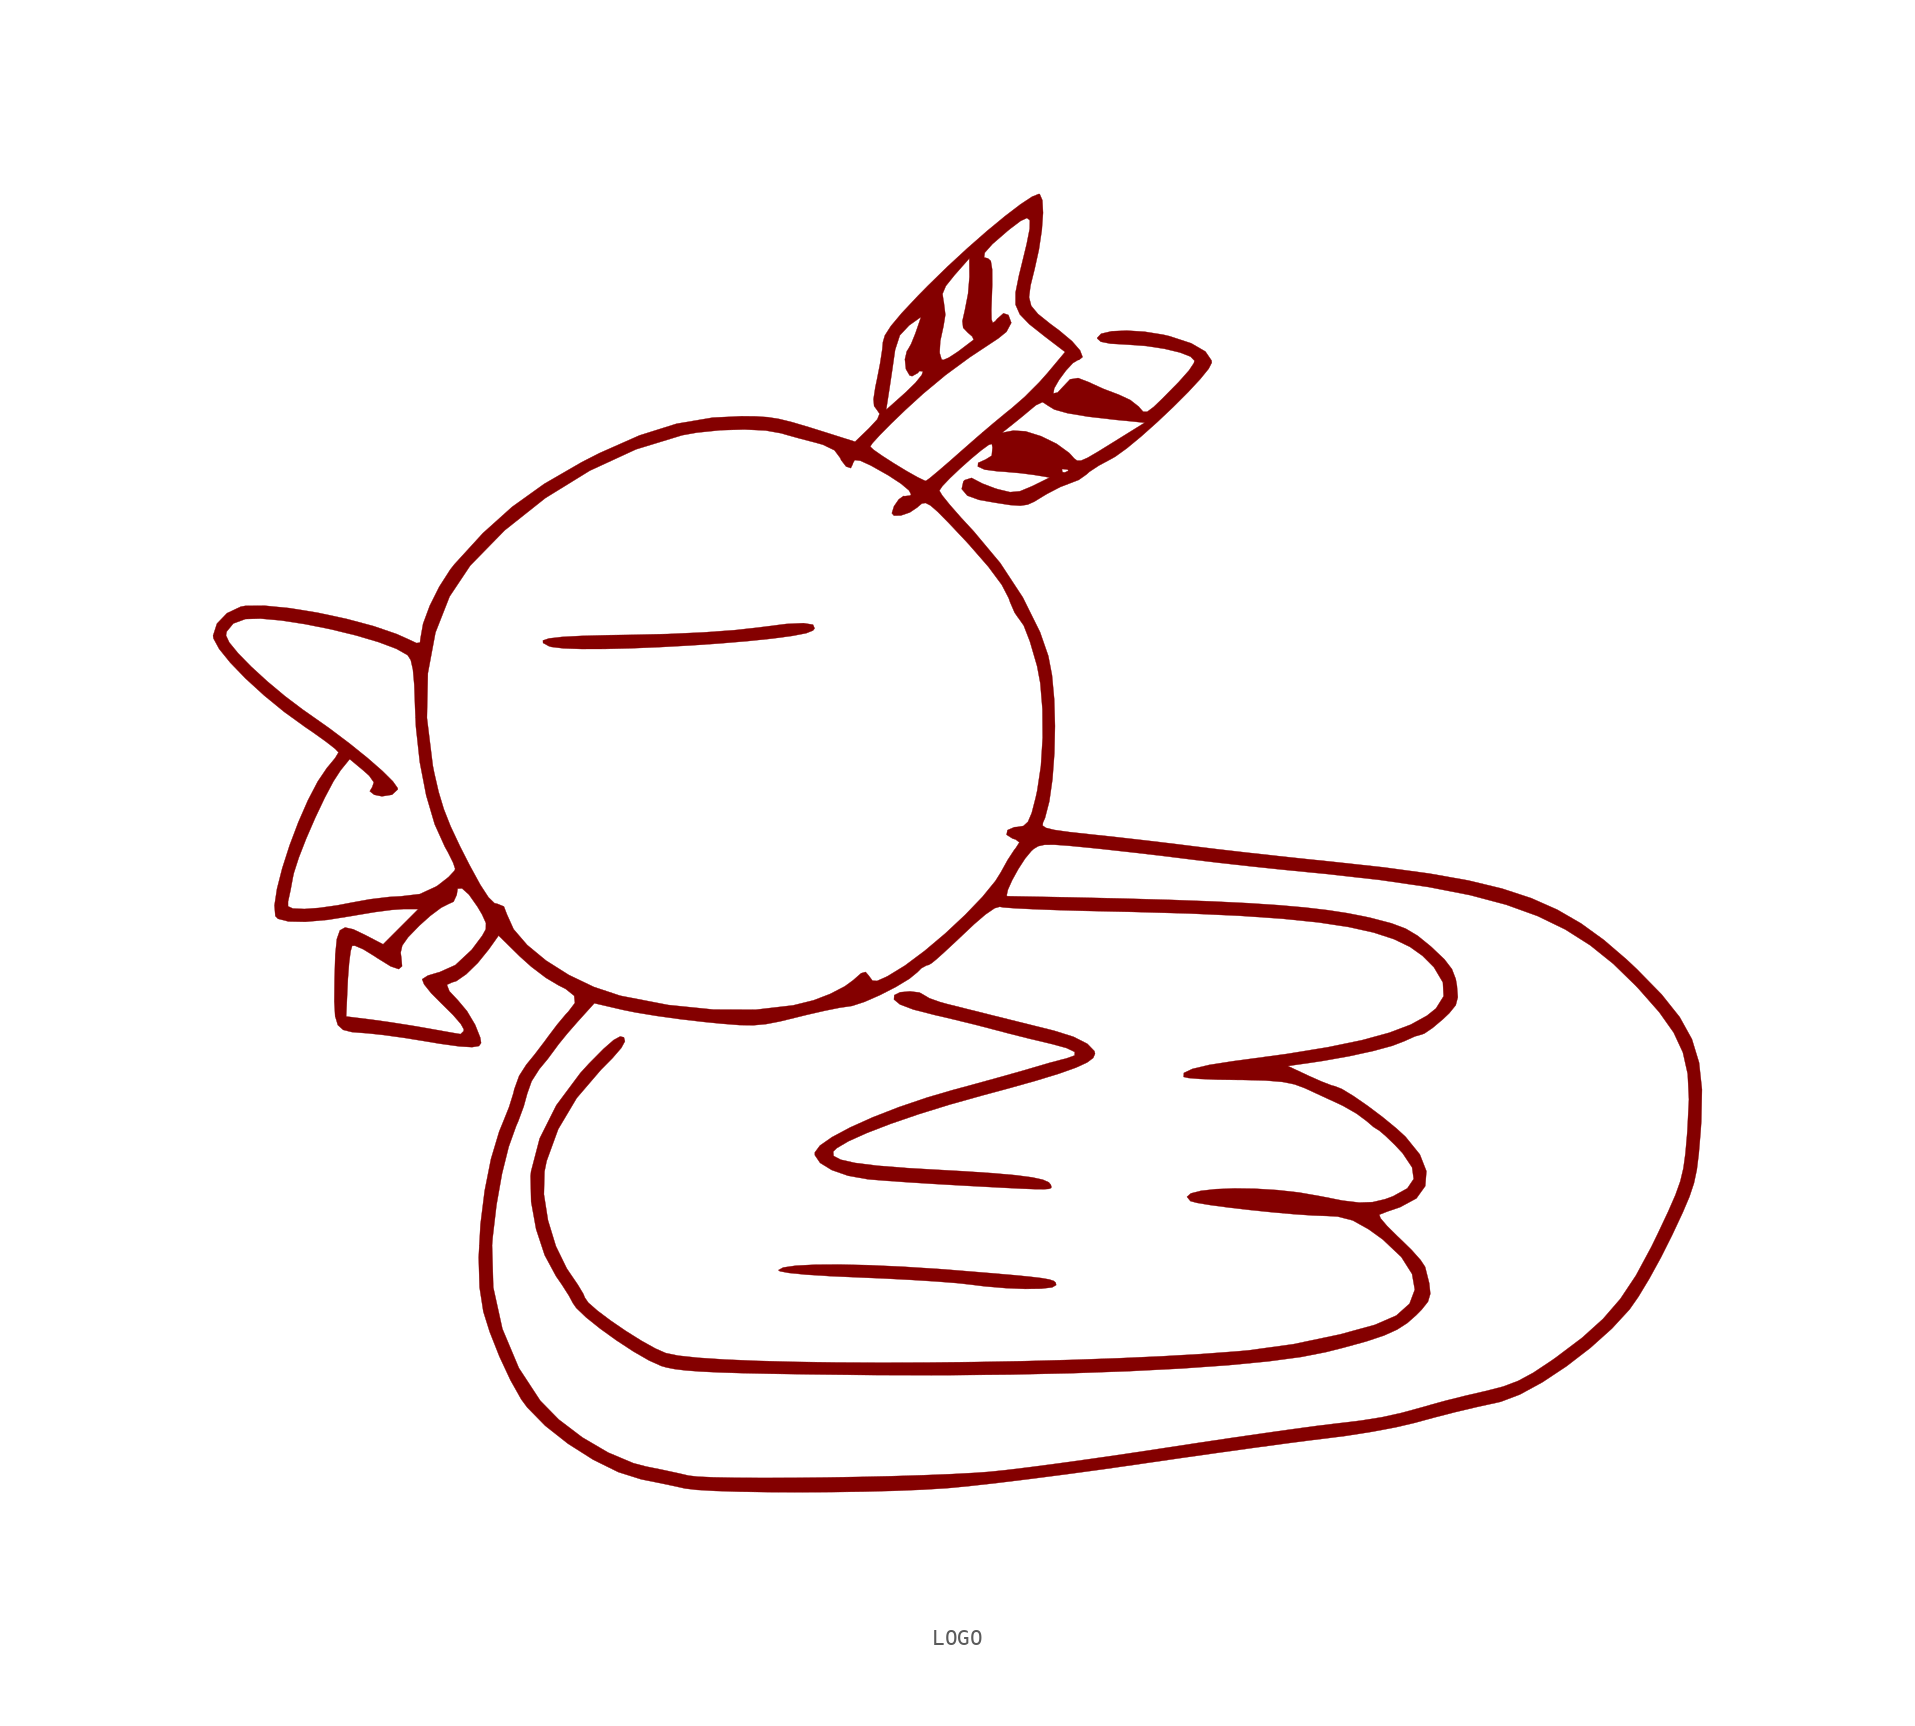
<source format=kicad_sym>
(kicad_symbol_lib
  (version 20210619)
  (generator bitmap2component)
  (symbol "LOGO"
    (pin_names
      (offset 1.016))
    (property "Reference" "#G"
      (at 0 46.652 0)
      (effects (font (size 1.27 1.27)) hide))
    (symbol "LOGO_0_0"
      (polyline (pts (xy -7.266 -35.626) (xy -5.245 -35.596) (xy -3.323 -35.546) (xy -1.59 -35.476) (xy -0.135 -35.387) (xy 0.047 -35.373) (xy 1.389 -35.243) (xy 3.136 -35.047) (xy 5.183 -34.797) (xy 7.418 -34.508) (xy 9.735 -34.193) (xy 12.024 -33.865) (xy 12.499 -33.795) (xy 14.766 -33.467) (xy 17.011 -33.149) (xy 19.132 -32.855) (xy 21.026 -32.598) (xy 22.59 -32.395) (xy 23.723 -32.257) (xy 24.923 -32.103) (xy 26.515 -31.852) (xy 27.986 -31.575) (xy 29.127 -31.308) (xy 30.402 -30.962) (xy 31.718 -30.623) (xy 32.973 -30.326) (xy 34.421 -30.008) (xy 34.546 -29.979) (xy 35.734 -29.53) (xy 37.141 -28.764) (xy 38.648 -27.766) (xy 40.138 -26.619) (xy 41.492 -25.406) (xy 42.591 -24.213) (xy 42.593 -24.211) (xy 43.147 -23.419) (xy 43.831 -22.284) (xy 44.559 -20.957) (xy 45.244 -19.59) (xy 45.302 -19.469) (xy 45.915 -18.158) (xy 46.339 -17.161) (xy 46.619 -16.32) (xy 46.798 -15.476) (xy 46.921 -14.469) (xy 47.031 -13.141) (xy 47.077 -12.476) (xy 47.118 -10.462) (xy 46.938 -8.784) (xy 46.491 -7.316) (xy 45.727 -5.937) (xy 44.599 -4.522) (xy 43.059 -2.948) (xy 42.403 -2.331) (xy 40.984 -1.113) (xy 39.564 -0.085) (xy 38.075 0.776) (xy 36.449 1.496) (xy 34.619 2.096) (xy 32.518 2.602) (xy 30.078 3.035) (xy 27.232 3.421) (xy 23.914 3.783) (xy 22.611 3.916) (xy 20.608 4.129) (xy 18.624 4.349) (xy 16.831 4.556) (xy 15.402 4.731) (xy 14.286 4.871) (xy 12.406 5.096) (xy 10.507 5.312) (xy 8.868 5.487) (xy 7.556 5.63) (xy 6.645 5.76) (xy 6.122 5.887) (xy 5.91 6.033) (xy 5.932 6.215) (xy 6.061 6.506) (xy 6.33 7.543) (xy 6.527 8.933) (xy 6.646 10.547) (xy 6.683 12.254) (xy 6.636 13.924) (xy 6.498 15.427) (xy 6.267 16.634) (xy 5.751 18.122) (xy 4.676 20.289) (xy 3.265 22.438) (xy 1.605 24.423) (xy 0.819 25.272) (xy 0.114 26.076) (xy -0.364 26.669) (xy -0.54 26.963) (xy -0.54 26.968) (xy -0.352 27.246) (xy 0.113 27.734) (xy 0.745 28.334) (xy 1.433 28.948) (xy 2.068 29.476) (xy 2.539 29.821) (xy 2.736 29.885) (xy 2.777 29.656) (xy 2.73 29.149) (xy 2.353 28.913) (xy 1.881 28.702) (xy 1.861 28.471) (xy 2.276 28.282) (xy 7.116 28.282) (xy 7.155 28.315) (xy 7.476 28.282) (xy 7.518 28.201) (xy 7.296 28.102) (xy 7.153 28.122) (xy 7.116 28.282) (xy 2.276 28.282) (xy 2.285 28.278) (xy 3.107 28.169) (xy 3.489 28.146) (xy 4.539 28.054) (xy 5.403 27.942) (xy 6.348 27.783) (xy 5.268 27.251) (xy 5.254 27.244) (xy 4.491 26.925) (xy 3.876 26.871) (xy 3.107 27.055) (xy 2.887 27.126) (xy 2.148 27.408) (xy 1.677 27.653) (xy 1.471 27.761) (xy 1.034 27.622) (xy 0.957 27.536) (xy 0.853 27.067) (xy 1.204 26.652) (xy 1.938 26.386) (xy 2.962 26.206) (xy 3.893 26.062) (xy 4.521 26.022) (xy 4.977 26.09) (xy 5.389 26.274) (xy 5.887 26.58) (xy 6.196 26.765) (xy 7.017 27.192) (xy 7.668 27.442) (xy 8.17 27.634) (xy 8.658 27.98) (xy 8.831 28.137) (xy 9.427 28.53) (xy 10.21 28.95) (xy 10.46 29.092) (xy 11.176 29.609) (xy 12.074 30.351) (xy 13.066 31.237) (xy 14.069 32.184) (xy 14.998 33.112) (xy 15.766 33.939) (xy 16.29 34.583) (xy 16.483 34.962) (xy 16.469 35.097) (xy 16.084 35.66) (xy 15.198 36.174) (xy 13.842 36.619) (xy 13.444 36.712) (xy 12.281 36.898) (xy 11.167 36.967) (xy 10.223 36.925) (xy 9.567 36.772) (xy 9.322 36.513) (xy 9.327 36.468) (xy 9.546 36.27) (xy 10.149 36.149) (xy 11.214 36.088) (xy 11.224 36.088) (xy 12.4 36.001) (xy 13.528 35.828) (xy 14.487 35.598) (xy 15.153 35.34) (xy 15.402 35.085) (xy 15.364 34.937) (xy 15.056 34.475) (xy 14.409 33.747) (xy 13.387 32.71) (xy 12.848 32.193) (xy 12.448 31.895) (xy 12.195 31.898) (xy 11.967 32.155) (xy 11.924 32.21) (xy 11.387 32.631) (xy 10.646 32.975) (xy 10.603 32.989) (xy 9.725 33.321) (xy 8.958 33.669) (xy 8.864 33.718) (xy 8.128 34.002) (xy 7.624 33.922) (xy 7.182 33.455) (xy 6.851 33.1) (xy 6.589 33.042) (xy 6.583 33.049) (xy 6.638 33.359) (xy 6.941 33.886) (xy 7.369 34.466) (xy 7.802 34.935) (xy 8.12 35.128) (xy 8.182 35.13) (xy 8.41 35.313) (xy 8.251 35.729) (xy 7.751 36.305) (xy 6.958 36.969) (xy 6.385 37.394) (xy 5.622 38.006) (xy 5.2 38.512) (xy 5.063 39.053) (xy 5.153 39.773) (xy 5.412 40.815) (xy 5.68 42.027) (xy 5.862 43.256) (xy 5.937 44.325) (xy 5.896 45.112) (xy 5.731 45.496) (xy 5.679 45.509) (xy 5.253 45.338) (xy 4.527 44.858) (xy 3.566 44.125) (xy 2.437 43.193) (xy 1.21 42.117) (xy -0.05 40.954) (xy -1.275 39.757) (xy -1.879 39.143) (xy -2.897 38.059) (xy -3.572 37.252) (xy -3.949 36.665) (xy -4.071 36.245) (xy -4.111 35.798) (xy -4.247 34.911) (xy -4.443 33.912) (xy -4.545 33.427) (xy -4.659 32.681) (xy -4.622 32.251) (xy -4.452 32.02) (xy -3.866 32.02) (xy -3.677 33.236) (xy -3.647 33.431) (xy -3.48 34.553) (xy -3.33 35.608) (xy -3.306 35.766) (xy -3.011 36.672) (xy -2.43 37.291) (xy -1.689 37.819) (xy -2.01 36.883) (xy -2.051 36.767) (xy -2.312 36.124) (xy -2.517 35.763) (xy -2.571 35.693) (xy -2.599 35.578) (xy -0.526 35.578) (xy -0.485 36.313) (xy -0.284 37.242) (xy -0.168 37.96) (xy -0.267 38.768) (xy -0.28 38.801) (xy -0.345 39.262) (xy -0.137 39.753) (xy 0.411 40.438) (xy 1.329 41.478) (xy 1.338 40.397) (xy 1.338 40.316) (xy 1.251 39.269) (xy 1.052 38.251) (xy 0.897 37.562) (xy 0.945 37.139) (xy 1.237 36.835) (xy 1.509 36.599) (xy 1.601 36.397) (xy 1.58 36.38) (xy 1.251 36.131) (xy 0.707 35.718) (xy 0.609 35.646) (xy 0.046 35.278) (xy -0.307 35.128) (xy -0.404 35.17) (xy -0.526 35.578) (xy -2.599 35.578) (xy -2.697 35.175) (xy -2.633 34.562) (xy -2.402 34.163) (xy -2.245 34.116) (xy -1.895 34.311) (xy -1.782 34.442) (xy -1.567 34.413) (xy -1.643 34.192) (xy -2.034 33.708) (xy -2.656 33.101) (xy -3.866 32.02) (xy -4.452 32.02) (xy -4.435 31.997) (xy -4.281 31.767) (xy -4.422 31.42) (xy -4.94 30.863) (xy -5.81 30.023) (xy -7.566 30.58) (xy -8.603 30.905) (xy -9.712 31.235) (xy -10.553 31.443) (xy -11.27 31.557) (xy -12.006 31.605) (xy -12.904 31.615) (xy -14.712 31.529) (xy -16.972 31.145) (xy -19.282 30.418) (xy -21.788 29.309) (xy -22.891 28.746) (xy -25.237 27.389) (xy -27.249 25.947) (xy -29.072 24.308) (xy -30.849 22.364) (xy -31.109 22.034) (xy -31.799 20.959) (xy -32.393 19.77) (xy -32.809 18.646) (xy -32.966 17.763) (xy -33.003 17.471) (xy -33.216 17.437) (xy -33.751 17.686) (xy -34.471 18.008) (xy -35.909 18.5) (xy -37.604 18.953) (xy -39.404 19.338) (xy -41.156 19.622) (xy -42.709 19.774) (xy -43.91 19.765) (xy -44.209 19.711) (xy -45.065 19.306) (xy -45.693 18.653) (xy -45.93 17.915) (xy -45.126 17.915) (xy -45.086 18.151) (xy -44.669 18.66) (xy -43.91 18.939) (xy -42.973 18.966) (xy -41.678 18.85) (xy -40.167 18.617) (xy -38.567 18.296) (xy -37.002 17.914) (xy -35.598 17.499) (xy -34.481 17.079) (xy -33.777 16.682) (xy -33.775 16.681) (xy -33.58 16.375) (xy -33.445 15.782) (xy -33.359 14.818) (xy -33.31 13.398) (xy -33.282 12.764) (xy -32.568 12.764) (xy -32.51 15.55) (xy -32.035 18.092) (xy -31.149 20.349) (xy -29.86 22.28) (xy -27.706 24.484) (xy -25.164 26.5) (xy -22.389 28.211) (xy -19.5 29.544) (xy -16.618 30.425) (xy -15.702 30.589) (xy -14.228 30.74) (xy -12.735 30.785) (xy -11.406 30.722) (xy -10.422 30.547) (xy -10.155 30.467) (xy -9.257 30.217) (xy -8.287 29.965) (xy -7.814 29.832) (xy -7.583 29.72) (xy -4.864 29.72) (xy -4.723 29.929) (xy -4.257 30.44) (xy -3.543 31.162) (xy -2.66 32.011) (xy -1.554 33.021) (xy -0.153 34.186) (xy 1.348 35.289) (xy 3.143 36.478) (xy 3.651 36.889) (xy 3.954 37.452) (xy 3.774 37.943) (xy 3.463 38.048) (xy 3.064 37.695) (xy 2.945 37.548) (xy 2.792 37.455) (xy 2.718 37.666) (xy 2.707 38.26) (xy 2.745 39.314) (xy 2.763 39.835) (xy 2.758 40.793) (xy 2.673 41.316) (xy 2.499 41.476) (xy 2.252 41.541) (xy 2.294 41.833) (xy 2.775 42.374) (xy 3.706 43.181) (xy 3.902 43.34) (xy 4.531 43.816) (xy 4.929 44.005) (xy 5.113 43.859) (xy 5.102 43.331) (xy 4.913 42.376) (xy 4.565 40.946) (xy 4.436 40.426) (xy 4.219 39.352) (xy 4.218 38.587) (xy 4.487 37.976) (xy 5.078 37.365) (xy 6.043 36.6) (xy 7.314 35.63) (xy 6.206 34.306) (xy 5.69 33.727) (xy 4.79 32.825) (xy 3.967 32.108) (xy 3.658 31.862) (xy 2.81 31.16) (xy 2.135 30.584) (xy 3.38 30.584) (xy 4.054 31.12) (xy 4.65 31.602) (xy 5.318 32.158) (xy 5.503 32.308) (xy 5.903 32.497) (xy 6.2 32.308) (xy 6.208 32.299) (xy 6.64 32.034) (xy 7.475 31.8) (xy 8.758 31.586) (xy 10.536 31.382) (xy 12.29 31.21) (xy 10.806 30.289) (xy 10.366 30.015) (xy 9.374 29.401) (xy 8.723 29.021) (xy 8.319 28.844) (xy 8.07 28.839) (xy 7.885 28.974) (xy 7.67 29.217) (xy 7.56 29.33) (xy 6.787 29.892) (xy 5.813 30.368) (xy 4.843 30.672) (xy 4.084 30.718) (xy 3.38 30.584) (xy 2.135 30.584) (xy 1.797 30.294) (xy 0.775 29.398) (xy 0.151 28.847) (xy -0.615 28.186) (xy -1.157 27.735) (xy -1.387 27.571) (xy -1.459 27.59) (xy -1.912 27.808) (xy -2.599 28.196) (xy -3.378 28.669) (xy -4.109 29.139) (xy -4.652 29.518) (xy -4.864 29.72) (xy -7.583 29.72) (xy -7.096 29.484) (xy -6.74 29.006) (xy -6.679 28.867) (xy -6.372 28.47) (xy -6.077 28.371) (xy -5.945 28.643) (xy -5.943 28.683) (xy -5.829 28.875) (xy -5.479 28.832) (xy -4.824 28.532) (xy -3.792 27.951) (xy -3.717 27.907) (xy -2.949 27.403) (xy -2.445 26.982) (xy -2.31 26.73) (xy -2.371 26.658) (xy -2.707 26.619) (xy -2.779 26.632) (xy -3.08 26.419) (xy -3.378 25.988) (xy -3.513 25.553) (xy -3.382 25.401) (xy -2.945 25.41) (xy -2.387 25.601) (xy -1.903 25.928) (xy -1.855 25.977) (xy -1.635 26.158) (xy -1.408 26.194) (xy -1.1 26.037) (xy -0.64 25.635) (xy 0.045 24.939) (xy 1.027 23.898) (xy 1.288 23.617) (xy 2.515 22.212) (xy 3.356 21.08) (xy 3.789 20.248) (xy 3.88 19.988) (xy 4.16 19.34) (xy 4.388 19.01) (xy 4.399 19.003) (xy 4.729 18.534) (xy 5.117 17.533) (xy 5.565 15.997) (xy 5.765 14.931) (xy 5.899 13.307) (xy 5.912 11.516) (xy 5.803 9.753) (xy 5.572 8.217) (xy 5.475 7.773) (xy 5.23 6.821) (xy 4.994 6.267) (xy 4.71 6.008) (xy 4.323 5.945) (xy 4.145 5.933) (xy 3.714 5.748) (xy 3.657 5.457) (xy 4.037 5.217) (xy 4.226 5.162) (xy 4.457 4.979) (xy 4.231 4.627) (xy 4.129 4.499) (xy 3.724 3.88) (xy 3.296 3.107) (xy 2.96 2.571) (xy 2.149 1.577) (xy 1.068 0.451) (xy -0.171 -0.708) (xy -1.462 -1.797) (xy -2.693 -2.717) (xy -3.756 -3.368) (xy -3.888 -3.435) (xy -4.436 -3.678) (xy -4.724 -3.659) (xy -4.932 -3.381) (xy -4.945 -3.359) (xy -5.153 -3.118) (xy -5.433 -3.197) (xy -5.933 -3.636) (xy -6.455 -4.016) (xy -7.376 -4.494) (xy -8.405 -4.888) (xy -9.679 -5.203) (xy -12.022 -5.475) (xy -14.658 -5.467) (xy -17.485 -5.181) (xy -20.401 -4.619) (xy -20.529 -4.588) (xy -22.137 -4.053) (xy -23.7 -3.304) (xy -25.12 -2.407) (xy -26.303 -1.431) (xy -27.151 -0.445) (xy -27.57 0.484) (xy -27.757 0.975) (xy -28.162 1.14) (xy -28.346 1.182) (xy -28.723 1.551) (xy -29.233 2.333) (xy -29.909 3.572) (xy -30.499 4.732) (xy -31.09 5.988) (xy -31.514 7.064) (xy -31.833 8.121) (xy -32.11 9.322) (xy -32.2 9.776) (xy -32.568 12.764) (xy -33.282 12.764) (xy -33.257 12.204) (xy -33.016 9.995) (xy -32.615 7.919) (xy -32.083 6.111) (xy -31.448 4.705) (xy -31.253 4.357) (xy -30.931 3.706) (xy -30.804 3.323) (xy -30.851 3.208) (xy -31.219 2.814) (xy -31.832 2.334) (xy -32.013 2.213) (xy -33.018 1.751) (xy -34.197 1.612) (xy -34.919 1.572) (xy -36.117 1.428) (xy -37.289 1.216) (xy -38.161 1.048) (xy -39.306 0.886) (xy -40.212 0.82) (xy -40.235 0.82) (xy -40.95 0.849) (xy -41.248 0.986) (xy -41.249 1.284) (xy -41.231 1.353) (xy -41.093 1.989) (xy -40.944 2.795) (xy -40.883 3.072) (xy -40.578 4.02) (xy -40.111 5.22) (xy -39.547 6.518) (xy -38.956 7.763) (xy -38.406 8.802) (xy -37.963 9.483) (xy -37.395 10.184) (xy -36.535 9.466) (xy -36.178 9.146) (xy -35.888 8.735) (xy -35.987 8.436) (xy -36.141 8.178) (xy -35.864 7.957) (xy -35.381 7.858) (xy -34.749 7.958) (xy -34.391 8.29) (xy -34.398 8.375) (xy -34.696 8.794) (xy -35.341 9.436) (xy -36.264 10.243) (xy -37.394 11.154) (xy -38.66 12.108) (xy -39.992 13.046) (xy -40.319 13.274) (xy -41.438 14.119) (xy -42.541 15.042) (xy -43.546 15.962) (xy -44.368 16.801) (xy -44.922 17.478) (xy -45.126 17.915) (xy -45.93 17.915) (xy -45.936 17.894) (xy -45.907 17.721) (xy -45.553 17.069) (xy -44.859 16.21) (xy -43.901 15.219) (xy -42.754 14.171) (xy -41.493 13.139) (xy -40.194 12.199) (xy -39.688 11.854) (xy -38.872 11.27) (xy -38.31 10.831) (xy -38.1 10.612) (xy -38.103 10.592) (xy -38.305 10.255) (xy -38.727 9.742) (xy -38.816 9.64) (xy -39.396 8.782) (xy -40.006 7.613) (xy -40.605 6.244) (xy -41.154 4.79) (xy -41.612 3.363) (xy -41.94 2.077) (xy -42.097 1.043) (xy -42.044 0.375) (xy -41.878 0.205) (xy -41.226 0.038) (xy -40.166 0.016) (xy -38.771 0.139) (xy -37.111 0.405) (xy -36.973 0.431) (xy -35.822 0.623) (xy -34.778 0.759) (xy -34.051 0.811) (xy -33.109 0.811) (xy -35.309 -1.389) (xy -36.436 -0.801) (xy -36.438 -0.8) (xy -37.173 -0.45) (xy -37.682 -0.336) (xy -38.01 -0.519) (xy -38.2 -1.061) (xy -38.296 -2.022) (xy -38.34 -3.463) (xy -38.343 -3.618) (xy -38.358 -4.967) (xy -38.306 -5.875) (xy -38.299 -5.899) (xy -37.615 -5.899) (xy -37.519 -3.782) (xy -37.507 -3.543) (xy -37.432 -2.557) (xy -37.338 -1.821) (xy -37.24 -1.482) (xy -37.062 -1.48) (xy -36.541 -1.705) (xy -35.841 -2.136) (xy -35.686 -2.241) (xy -34.832 -2.769) (xy -34.327 -2.94) (xy -34.122 -2.759) (xy -34.168 -2.226) (xy -34.21 -1.908) (xy -34.109 -1.466) (xy -33.745 -0.95) (xy -33.041 -0.224) (xy -32.359 0.388) (xy -31.676 0.899) (xy -31.21 1.134) (xy -30.903 1.273) (xy -30.707 1.699) (xy -30.648 2.09) (xy -30.375 2.104) (xy -29.943 1.716) (xy -29.411 0.961) (xy -29.122 0.472) (xy -28.881 -0.061) (xy -28.888 -0.442) (xy -29.115 -0.854) (xy -29.772 -1.731) (xy -30.795 -2.686) (xy -31.8 -3.135) (xy -31.863 -3.147) (xy -32.509 -3.341) (xy -32.864 -3.567) (xy -32.868 -3.575) (xy -32.746 -3.89) (xy -32.308 -4.439) (xy -31.645 -5.106) (xy -31.625 -5.124) (xy -30.939 -5.804) (xy -30.45 -6.371) (xy -30.264 -6.704) (xy -30.276 -6.814) (xy -30.466 -7.001) (xy -30.474 -7) (xy -30.852 -6.938) (xy -31.598 -6.807) (xy -32.561 -6.634) (xy -33.552 -6.464) (xy -34.892 -6.254) (xy -36.033 -6.095) (xy -37.615 -5.899) (xy -38.299 -5.899) (xy -38.138 -6.436) (xy -37.803 -6.739) (xy -37.252 -6.877) (xy -36.433 -6.941) (xy -36.261 -6.953) (xy -35.291 -7.057) (xy -34.068 -7.225) (xy -32.813 -7.426) (xy -31.77 -7.601) (xy -30.546 -7.77) (xy -29.748 -7.818) (xy -29.314 -7.746) (xy -29.183 -7.557) (xy -29.236 -7.217) (xy -29.556 -6.416) (xy -30.062 -5.565) (xy -30.634 -4.884) (xy -31.166 -4.319) (xy -31.32 -3.919) (xy -31.007 -3.774) (xy -30.732 -3.691) (xy -30.111 -3.259) (xy -29.392 -2.559) (xy -28.701 -1.706) (xy -28.089 -0.844) (xy -26.768 -2.145) (xy -26.055 -2.785) (xy -25.133 -3.485) (xy -24.349 -3.952) (xy -23.901 -4.178) (xy -23.366 -4.606) (xy -23.32 -5.053) (xy -23.732 -5.596) (xy -23.901 -5.774) (xy -24.431 -6.408) (xy -25 -7.161) (xy -25.215 -7.456) (xy -25.836 -8.272) (xy -26.362 -8.917) (xy -26.806 -9.61) (xy -27.11 -10.451) (xy -27.162 -10.683) (xy -27.436 -11.562) (xy -27.802 -12.477) (xy -28.052 -13.087) (xy -28.566 -14.804) (xy -28.961 -16.791) (xy -29.223 -18.893) (xy -29.294 -20.201) (xy -28.497 -20.201) (xy -28.459 -19.712) (xy -28.219 -17.671) (xy -27.876 -15.732) (xy -27.456 -14.043) (xy -26.992 -12.748) (xy -26.863 -12.452) (xy -26.516 -11.512) (xy -26.299 -10.721) (xy -26.026 -9.948) (xy -25.541 -9.187) (xy -25.024 -8.564) (xy -24.563 -7.942) (xy -24.341 -7.64) (xy -23.795 -6.968) (xy -23.144 -6.223) (xy -22.105 -5.074) (xy -20.307 -5.492) (xy -19.521 -5.65) (xy -18.212 -5.865) (xy -16.714 -6.073) (xy -15.221 -6.245) (xy -14.17 -6.349) (xy -13.036 -6.438) (xy -12.156 -6.45) (xy -11.369 -6.377) (xy -10.509 -6.211) (xy -9.412 -5.943) (xy -8.816 -5.796) (xy -7.688 -5.538) (xy -6.768 -5.353) (xy -6.215 -5.274) (xy -5.996 -5.241) (xy -5.224 -4.989) (xy -4.252 -4.563) (xy -3.257 -4.053) (xy -2.417 -3.545) (xy -1.91 -3.13) (xy -1.669 -2.887) (xy -1.33 -2.702) (xy -1.223 -2.683) (xy -1.043 -2.582) (xy -0.74 -2.339) (xy -0.246 -1.896) (xy 0.505 -1.197) (xy 1.581 -0.183) (xy 1.629 -0.137) (xy 2.34 0.474) (xy 2.913 0.866) (xy 3.227 0.956) (xy 3.462 0.915) (xy 4.181 0.861) (xy 5.303 0.806) (xy 6.751 0.751) (xy 8.451 0.702) (xy 10.326 0.66) (xy 11.472 0.636) (xy 15.088 0.534) (xy 18.215 0.393) (xy 20.891 0.209) (xy 23.155 -0.023) (xy 25.046 -0.31) (xy 26.602 -0.656) (xy 27.864 -1.068) (xy 28.869 -1.551) (xy 29.655 -2.111) (xy 30.364 -2.822) (xy 30.927 -3.771) (xy 30.971 -4.635) (xy 30.493 -5.398) (xy 29.928 -5.85) (xy 28.916 -6.407) (xy 27.577 -6.913) (xy 25.869 -7.38) (xy 23.75 -7.818) (xy 21.176 -8.239) (xy 18.104 -8.655) (xy 17.862 -8.686) (xy 16.326 -8.925) (xy 15.279 -9.173) (xy 14.739 -9.426) (xy 14.722 -9.678) (xy 15.018 -9.745) (xy 15.75 -9.805) (xy 16.8 -9.847) (xy 18.055 -9.866) (xy 18.42 -9.868) (xy 19.846 -9.903) (xy 20.883 -9.989) (xy 21.657 -10.143) (xy 22.293 -10.379) (xy 22.438 -10.446) (xy 23.47 -10.923) (xy 24.47 -11.384) (xy 24.697 -11.493) (xy 25.525 -11.968) (xy 26.147 -12.429) (xy 26.587 -12.806) (xy 26.848 -12.97) (xy 26.952 -13.033) (xy 27.355 -13.379) (xy 27.926 -13.929) (xy 28.41 -14.448) (xy 29.003 -15.335) (xy 29.101 -16.055) (xy 28.702 -16.643) (xy 27.806 -17.137) (xy 27.309 -17.32) (xy 26.536 -17.501) (xy 25.702 -17.53) (xy 24.653 -17.405) (xy 23.238 -17.126) (xy 23.236 -17.126) (xy 21.952 -16.901) (xy 20.583 -16.748) (xy 19.205 -16.664) (xy 17.898 -16.645) (xy 16.739 -16.69) (xy 15.806 -16.794) (xy 15.177 -16.955) (xy 14.931 -17.171) (xy 15.145 -17.436) (xy 15.15 -17.44) (xy 15.565 -17.551) (xy 16.399 -17.689) (xy 17.534 -17.84) (xy 18.855 -17.994) (xy 20.245 -18.136) (xy 21.588 -18.255) (xy 22.767 -18.336) (xy 23.665 -18.368) (xy 24.349 -18.405) (xy 25.292 -18.647) (xy 26.286 -19.202) (xy 27.166 -19.836) (xy 28.331 -20.938) (xy 29 -21.993) (xy 29.171 -22.973) (xy 28.843 -23.848) (xy 28.015 -24.589) (xy 26.682 -25.168) (xy 24.512 -25.764) (xy 21.574 -26.381) (xy 18.78 -26.765) (xy 18.063 -26.829) (xy 15.836 -26.994) (xy 13.335 -27.138) (xy 10.619 -27.26) (xy 7.745 -27.36) (xy 4.772 -27.439) (xy 1.757 -27.494) (xy -1.24 -27.527) (xy -4.163 -27.536) (xy -6.953 -27.523) (xy -9.552 -27.485) (xy -11.901 -27.424) (xy -13.943 -27.339) (xy -15.62 -27.229) (xy -16.872 -27.095) (xy -17.644 -26.935) (xy -18.284 -26.653) (xy -19.164 -26.164) (xy -20.136 -25.555) (xy -21.088 -24.904) (xy -21.907 -24.289) (xy -22.482 -23.786) (xy -22.698 -23.472) (xy -22.794 -23.236) (xy -23.135 -22.667) (xy -23.638 -21.93) (xy -23.83 -21.644) (xy -24.509 -20.254) (xy -25.002 -18.64) (xy -25.257 -17.015) (xy -25.221 -15.594) (xy -25.086 -14.93) (xy -24.363 -12.944) (xy -23.209 -11.003) (xy -21.693 -9.234) (xy -20.981 -8.515) (xy -20.421 -7.869) (xy -20.194 -7.452) (xy -20.257 -7.203) (xy -20.491 -7.147) (xy -20.897 -7.369) (xy -21.527 -7.918) (xy -22.441 -8.841) (xy -22.975 -9.425) (xy -24.483 -11.449) (xy -25.523 -13.521) (xy -26.06 -15.578) (xy -26.092 -15.873) (xy -26.057 -17.472) (xy -25.746 -19.192) (xy -25.21 -20.818) (xy -24.501 -22.133) (xy -24.143 -22.65) (xy -23.691 -23.357) (xy -23.446 -23.816) (xy -23.236 -24.119) (xy -22.627 -24.702) (xy -21.751 -25.404) (xy -20.725 -26.143) (xy -19.668 -26.835) (xy -18.695 -27.396) (xy -17.926 -27.743) (xy -17.605 -27.835) (xy -17.098 -27.936) (xy -16.426 -28.019) (xy -15.537 -28.087) (xy -14.377 -28.144) (xy -12.891 -28.191) (xy -11.027 -28.231) (xy -8.729 -28.267) (xy -5.945 -28.3) (xy -4.409 -28.314) (xy -0.163 -28.321) (xy 3.905 -28.281) (xy 7.752 -28.196) (xy 11.33 -28.069) (xy 14.596 -27.902) (xy 17.503 -27.697) (xy 20.006 -27.457) (xy 22.061 -27.183) (xy 23.621 -26.877) (xy 24.695 -26.606) (xy 26.16 -26.203) (xy 27.251 -25.838) (xy 28.066 -25.47) (xy 28.703 -25.06) (xy 29.261 -24.568) (xy 29.601 -24.223) (xy 29.996 -23.725) (xy 30.142 -23.232) (xy 30.073 -22.57) (xy 29.82 -21.564) (xy 29.812 -21.541) (xy 29.529 -21.116) (xy 28.961 -20.479) (xy 28.221 -19.758) (xy 28.091 -19.637) (xy 27.442 -18.995) (xy 27.034 -18.515) (xy 26.951 -18.292) (xy 27.007 -18.265) (xy 27.476 -18.084) (xy 28.179 -17.845) (xy 28.247 -17.823) (xy 29.273 -17.27) (xy 29.825 -16.502) (xy 29.898 -15.569) (xy 29.487 -14.522) (xy 28.588 -13.412) (xy 28.036 -12.906) (xy 27.164 -12.19) (xy 26.222 -11.481) (xy 25.332 -10.866) (xy 24.613 -10.43) (xy 24.184 -10.259) (xy 23.973 -10.206) (xy 23.367 -9.973) (xy 22.573 -9.622) (xy 21.233 -8.995) (xy 22.573 -8.806) (xy 23.436 -8.676) (xy 25.095 -8.38) (xy 26.577 -8.056) (xy 27.763 -7.734) (xy 28.531 -7.439) (xy 28.556 -7.426) (xy 29.181 -7.145) (xy 29.603 -7.027) (xy 29.776 -6.962) (xy 30.282 -6.618) (xy 30.922 -6.079) (xy 31.325 -5.697) (xy 31.73 -5.197) (xy 31.86 -4.697) (xy 31.805 -3.984) (xy 31.731 -3.559) (xy 31.493 -2.939) (xy 31.026 -2.33) (xy 30.225 -1.569) (xy 30.132 -1.488) (xy 29.342 -0.848) (xy 28.601 -0.408) (xy 27.715 -0.076) (xy 26.489 0.245) (xy 26.054 0.344) (xy 24.947 0.56) (xy 23.711 0.749) (xy 22.301 0.914) (xy 20.672 1.057) (xy 18.776 1.182) (xy 16.569 1.29) (xy 14.005 1.385) (xy 11.037 1.469) (xy 7.621 1.546) (xy 3.71 1.618) (xy 3.663 1.66) (xy 3.738 2.014) (xy 4.005 2.612) (xy 4.39 3.31) (xy 4.815 3.966) (xy 5.206 4.438) (xy 5.354 4.571) (xy 5.633 4.741) (xy 6.018 4.827) (xy 6.617 4.835) (xy 7.538 4.77) (xy 8.888 4.639) (xy 9.692 4.556) (xy 11.535 4.352) (xy 13.45 4.129) (xy 15.132 3.921) (xy 15.473 3.878) (xy 17.02 3.694) (xy 18.852 3.491) (xy 20.766 3.289) (xy 22.563 3.112) (xy 23.548 3.017) (xy 27.023 2.627) (xy 30.032 2.189) (xy 32.633 1.681) (xy 34.885 1.083) (xy 36.847 0.375) (xy 38.577 -0.464) (xy 40.134 -1.453) (xy 41.577 -2.613) (xy 42.964 -3.965) (xy 43.177 -4.191) (xy 44.449 -5.635) (xy 45.349 -6.907) (xy 45.925 -8.148) (xy 46.227 -9.494) (xy 46.304 -11.084) (xy 46.205 -13.057) (xy 46.186 -13.303) (xy 46.083 -14.474) (xy 45.957 -15.39) (xy 45.764 -16.199) (xy 45.461 -17.049) (xy 45.008 -18.088) (xy 44.359 -19.465) (xy 43.959 -20.288) (xy 42.991 -22.086) (xy 42.019 -23.545) (xy 40.935 -24.797) (xy 39.633 -25.973) (xy 38.002 -27.203) (xy 37.705 -27.413) (xy 36.574 -28.165) (xy 35.632 -28.673) (xy 34.698 -29.026) (xy 33.589 -29.311) (xy 33.516 -29.327) (xy 32.307 -29.608) (xy 31.142 -29.899) (xy 30.264 -30.139) (xy 29.759 -30.286) (xy 28.339 -30.674) (xy 27.094 -30.948) (xy 25.788 -31.157) (xy 24.18 -31.349) (xy 24.1 -31.358) (xy 23.069 -31.484) (xy 21.614 -31.68) (xy 19.832 -31.931) (xy 17.822 -32.222) (xy 15.682 -32.541) (xy 13.511 -32.872) (xy 13.332 -32.9) (xy 11.14 -33.23) (xy 8.971 -33.544) (xy 6.927 -33.828) (xy 5.111 -34.067) (xy 3.623 -34.248) (xy 2.567 -34.357) (xy 1.714 -34.419) (xy 0.22 -34.499) (xy -1.544 -34.569) (xy -3.498 -34.629) (xy -5.559 -34.676) (xy -7.648 -34.711) (xy -9.683 -34.732) (xy -11.583 -34.738) (xy -13.267 -34.728) (xy -14.654 -34.702) (xy -15.663 -34.657) (xy -16.213 -34.594) (xy -16.796 -34.458) (xy -17.812 -34.239) (xy -18.895 -34.02) (xy -19.668 -33.816) (xy -21.248 -33.149) (xy -22.861 -32.203) (xy -24.332 -31.086) (xy -25.484 -29.91) (xy -26.822 -27.869) (xy -27.851 -25.422) (xy -28.422 -22.827) (xy -28.497 -20.201) (xy -29.294 -20.201) (xy -29.335 -20.957) (xy -29.28 -22.827) (xy -29.043 -24.349) (xy -28.649 -25.606) (xy -28.043 -27.142) (xy -27.35 -28.628) (xy -26.675 -29.827) (xy -26.303 -30.331) (xy -25.18 -31.477) (xy -23.753 -32.602) (xy -22.176 -33.603) (xy -20.601 -34.379) (xy -19.181 -34.827) (xy -18.316 -35) (xy -17.263 -35.218) (xy -16.483 -35.39) (xy -16.434 -35.401) (xy -15.708 -35.487) (xy -14.541 -35.554) (xy -13.023 -35.601) (xy -11.245 -35.629) (xy -9.296 -35.637) (xy -7.266 -35.626)) (stroke (width 0.01)) (fill (type outline)))
      (polyline (pts (xy 5.826 -22.912) (xy 6.505 -22.833) (xy 6.755 -22.689) (xy 6.755 -22.661) (xy 6.727 -22.533) (xy 6.608 -22.427) (xy 6.335 -22.336) (xy 5.842 -22.249) (xy 5.067 -22.157) (xy 3.945 -22.05) (xy 2.413 -21.92) (xy 0.405 -21.756) (xy -0.546 -21.683) (xy -2.813 -21.538) (xy -4.905 -21.444) (xy -6.759 -21.402) (xy -8.317 -21.412) (xy -9.518 -21.473) (xy -10.302 -21.587) (xy -10.607 -21.752) (xy -10.509 -21.824) (xy -9.937 -21.931) (xy -8.891 -22.034) (xy -7.412 -22.128) (xy -5.539 -22.211) (xy -4.014 -22.275) (xy -2.301 -22.364) (xy -0.753 -22.461) (xy 0.507 -22.559) (xy 1.351 -22.65) (xy 2.289 -22.766) (xy 3.61 -22.878) (xy 4.825 -22.927) (xy 5.826 -22.912)) (stroke (width 0.01)) (fill (type outline)))
      (polyline (pts (xy 6.318 -16.673) (xy 6.447 -16.618) (xy 6.459 -16.532) (xy 6.419 -16.415) (xy 6.298 -16.265) (xy 5.929 -16.101) (xy 5.273 -15.957) (xy 4.278 -15.825) (xy 2.893 -15.701) (xy 1.069 -15.578) (xy -1.245 -15.448) (xy -2.56 -15.372) (xy -4.433 -15.224) (xy -5.806 -15.052) (xy -6.704 -14.851) (xy -7.152 -14.617) (xy -7.176 -14.346) (xy -6.955 -14.129) (xy -6.221 -13.698) (xy -5.077 -13.183) (xy -3.596 -12.613) (xy -1.848 -12.013) (xy 0.095 -11.41) (xy 2.162 -10.831) (xy 3.577 -10.451) (xy 5.486 -9.917) (xy 6.943 -9.471) (xy 7.995 -9.097) (xy 8.689 -8.777) (xy 9.07 -8.494) (xy 9.187 -8.23) (xy 9.148 -8.062) (xy 8.707 -7.608) (xy 7.838 -7.167) (xy 6.62 -6.785) (xy 6.311 -6.708) (xy 4.415 -6.237) (xy 2.625 -5.791) (xy 1.083 -5.405) (xy -0.074 -5.115) (xy -0.512 -4.994) (xy -1.182 -4.754) (xy -1.509 -4.556) (xy -1.785 -4.402) (xy -2.377 -4.33) (xy -2.993 -4.384) (xy -3.359 -4.563) (xy -3.381 -4.839) (xy -3.003 -5.151) (xy -2.158 -5.47) (xy -0.811 -5.814) (xy 0.349 -6.085) (xy 1.761 -6.432) (xy 2.972 -6.747) (xy 3.814 -6.969) (xy 5.138 -7.302) (xy 6.295 -7.576) (xy 6.329 -7.583) (xy 7.392 -7.868) (xy 7.918 -8.118) (xy 7.911 -8.337) (xy 7.374 -8.528) (xy 7.162 -8.578) (xy 6.325 -8.8) (xy 5.404 -9.07) (xy 5.216 -9.127) (xy 4.366 -9.372) (xy 3.171 -9.708) (xy 1.762 -10.097) (xy 0.27 -10.502) (xy -1.321 -10.968) (xy -3.078 -11.565) (xy -4.703 -12.198) (xy -6.119 -12.834) (xy -7.246 -13.435) (xy -8.008 -13.967) (xy -8.326 -14.395) (xy -8.325 -14.568) (xy -7.996 -15.052) (xy -7.267 -15.499) (xy -6.241 -15.857) (xy -5.023 -16.073) (xy -4.814 -16.093) (xy -3.807 -16.173) (xy -2.455 -16.267) (xy -0.911 -16.364) (xy 0.675 -16.455) (xy 1.629 -16.507) (xy 3.324 -16.598) (xy 4.575 -16.66) (xy 5.447 -16.694) (xy 6.006 -16.698) (xy 6.318 -16.673)) (stroke (width 0.01)) (fill (type outline)))
      (polyline (pts (xy -21.456 17.069) (xy -19.78 17.11) (xy -17.962 17.185) (xy -16.088 17.288) (xy -14.244 17.415) (xy -12.513 17.56) (xy -10.983 17.718) (xy -9.737 17.884) (xy -8.861 18.053) (xy -8.44 18.221) (xy -8.338 18.354) (xy -8.438 18.588) (xy -9.032 18.682) (xy -10.099 18.634) (xy -11.619 18.442) (xy -11.817 18.414) (xy -13.374 18.243) (xy -15.32 18.104) (xy -17.526 18.004) (xy -19.861 17.951) (xy -21.142 17.933) (xy -22.884 17.888) (xy -24.139 17.822) (xy -24.94 17.728) (xy -25.319 17.604) (xy -25.311 17.444) (xy -24.947 17.243) (xy -24.786 17.195) (xy -24.044 17.106) (xy -22.906 17.066) (xy -21.456 17.069)) (stroke (width 0.01)) (fill (type outline))))))
</source>
